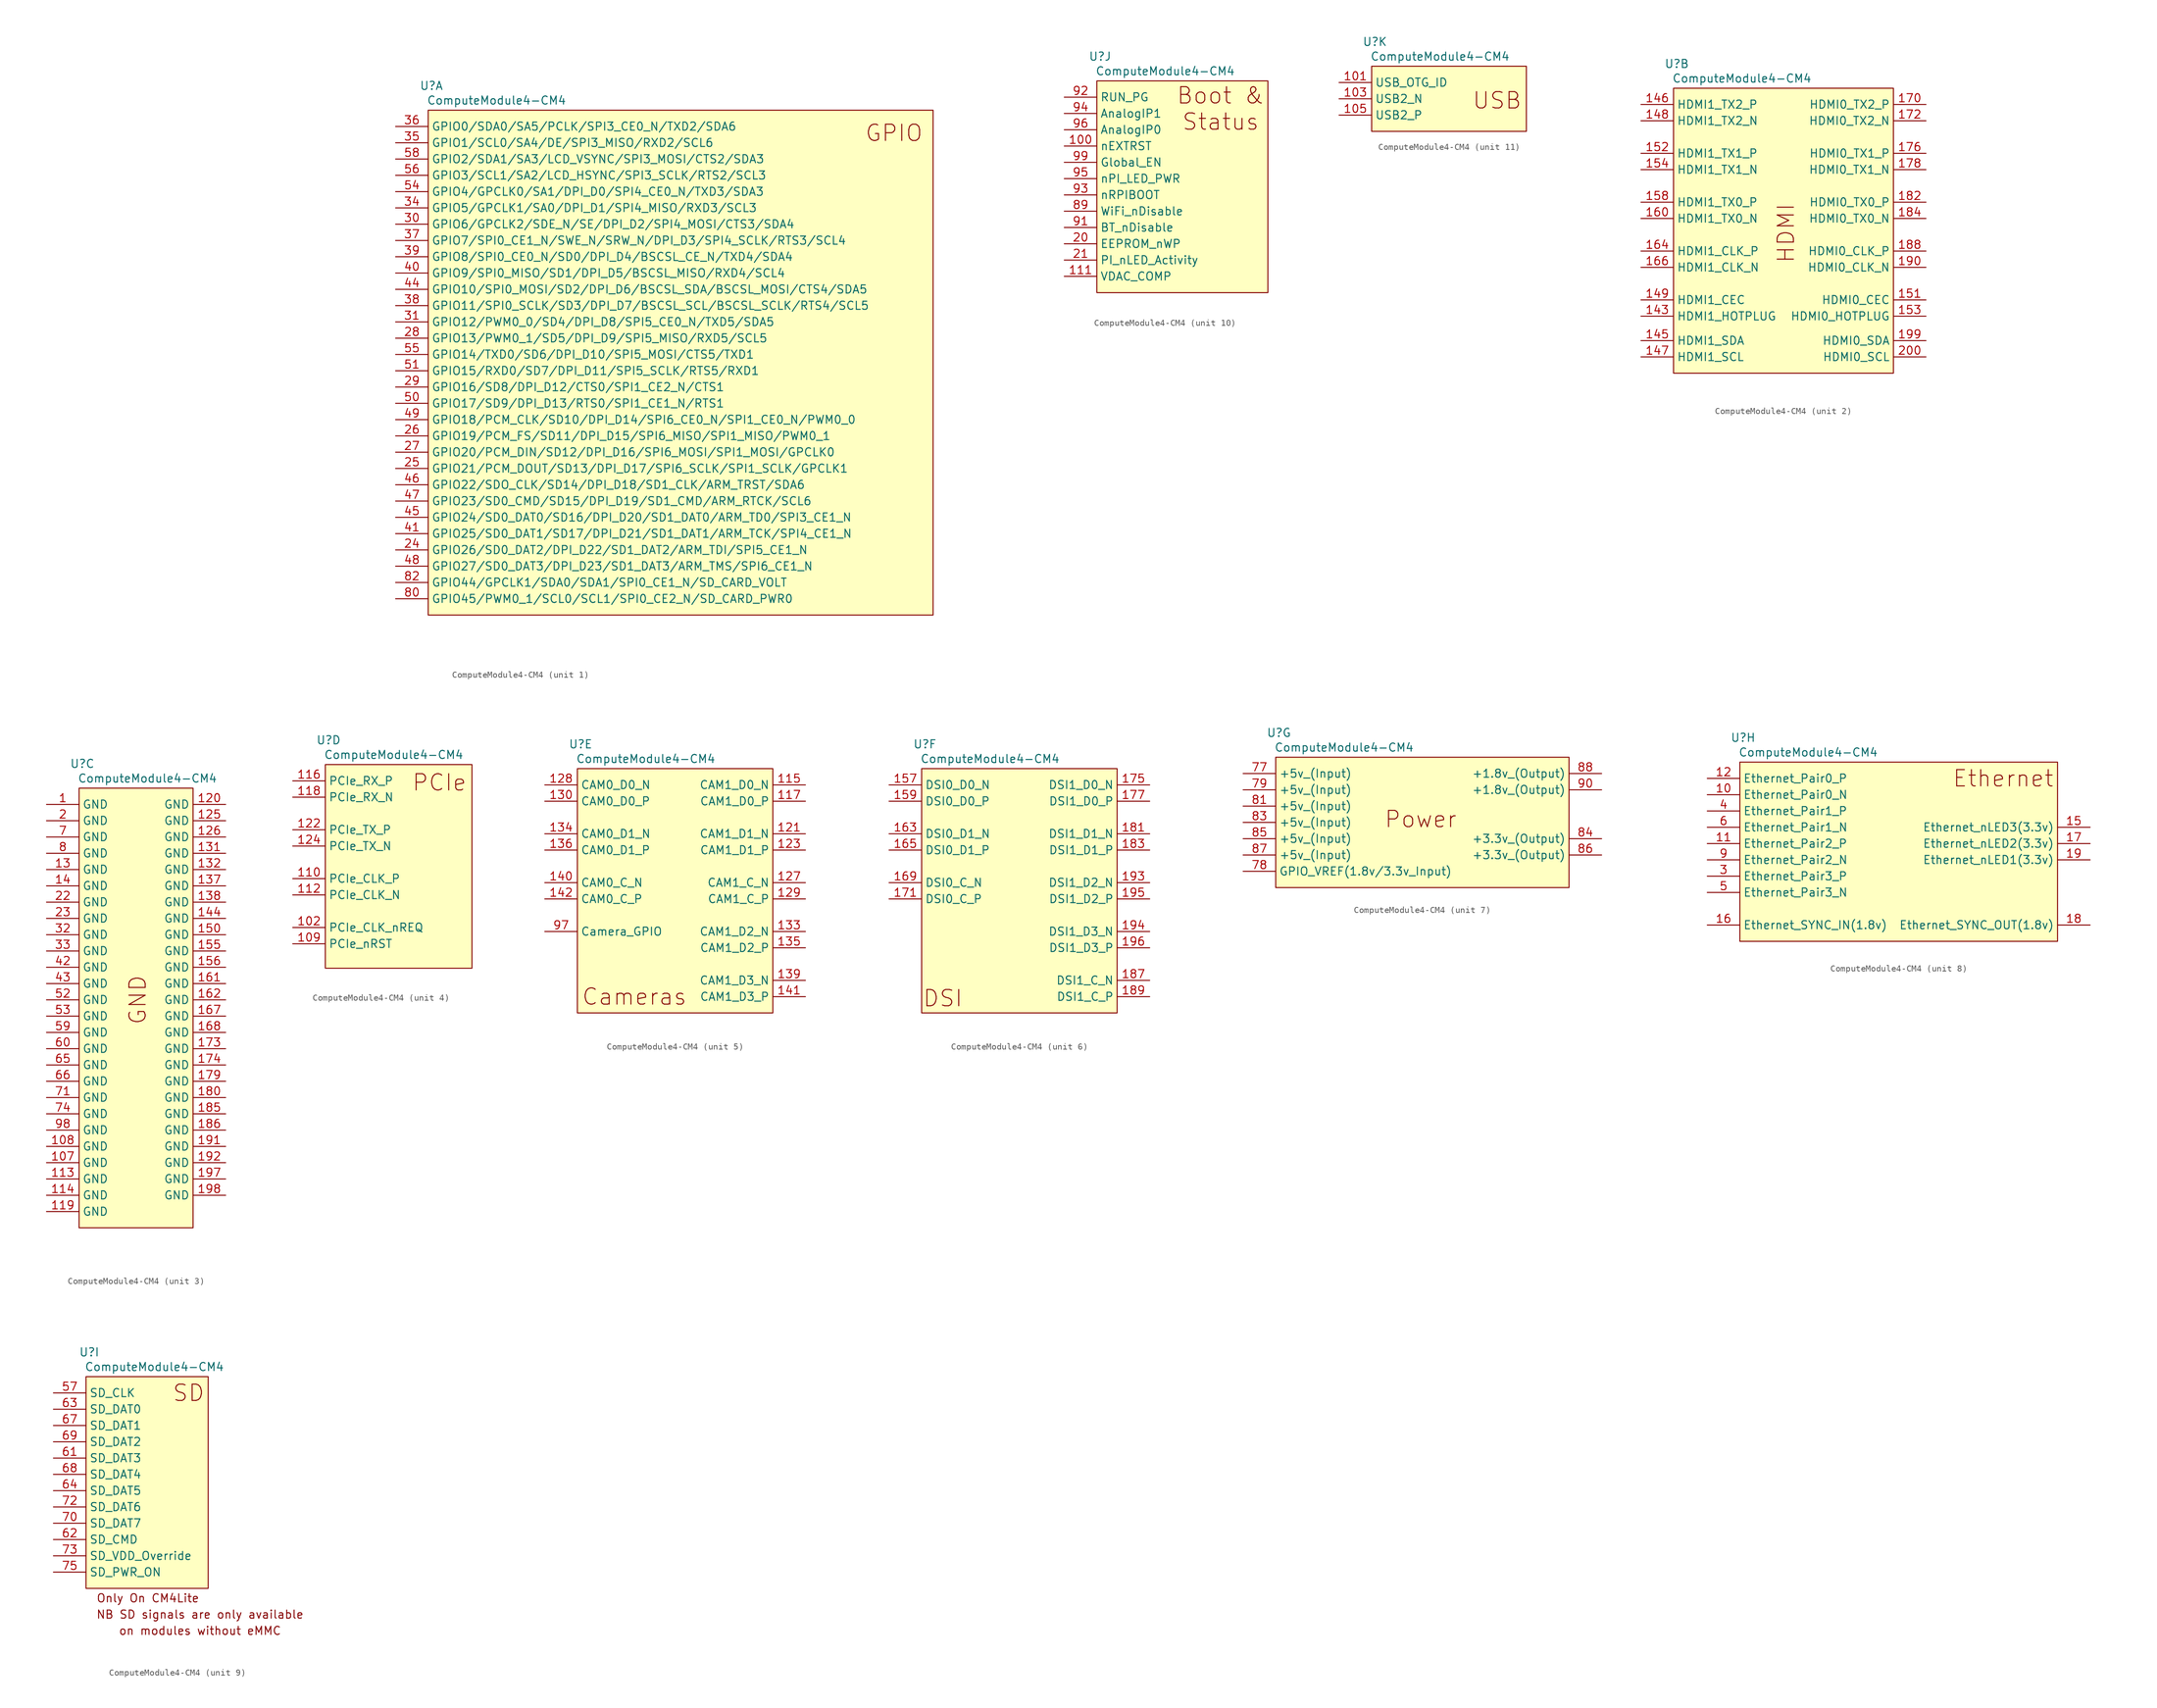
<source format=kicad_sym>
(kicad_symbol_lib
  (version 20231120)
  (generator "kicad_symbol_editor")
  (generator_version "8.0")
  (symbol "ComputeModule4-CM4"
    (property "Reference" "U"
      (at 0.508 3.81 0)
      (effects (font (size 1.27 1.27))))
    (property "Value" "ComputeModule4-CM4"
      (at 10.668 1.524 0)
      (effects (font (size 1.27 1.27))))
    (property "ki_locked" ""
      (at 0 0 0)
      (effects (font (size 1.27 1.27))))
    (symbol "ComputeModule4-CM4_1_1"
      (rectangle (start 0 0) (end 78.74 -78.74) (stroke (width 0) (type default)) (fill (type background)))
      (text "GPIO" (at 72.644 -3.556 0) (effects (font (size 2.54 2.54))))
      (pin passive line (at -49.53 -7.62 0) (length 5.08) hide (name "Reserved" (effects (font (size 1.27 1.27)))) (number "104" (effects (font (size 1.27 1.27)))))
      (pin passive line (at -49.53 -10.16 0) (length 5.08) hide (name "Reserved" (effects (font (size 1.27 1.27)))) (number "106" (effects (font (size 1.27 1.27)))))
      (pin passive line (at -5.08 -68.58 0) (length 5.08) (name "GPIO26/SD0_DAT2/DPI_D22/SD1_DAT2/ARM_TDI/SPI5_CE1_N" (effects (font (size 1.27 1.27)))) (number "24" (effects (font (size 1.27 1.27)))))
      (pin passive line (at -5.08 -55.88 0) (length 5.08) (name "GPIO21/PCM_DOUT/SD13/DPI_D17/SPI6_SCLK/SPI1_SCLK/GPCLK1" (effects (font (size 1.27 1.27)))) (number "25" (effects (font (size 1.27 1.27)))))
      (pin passive line (at -5.08 -50.8 0) (length 5.08) (name "GPIO19/PCM_FS/SD11/DPI_D15/SPI6_MISO/SPI1_MISO/PWM0_1" (effects (font (size 1.27 1.27)))) (number "26" (effects (font (size 1.27 1.27)))))
      (pin passive line (at -5.08 -53.34 0) (length 5.08) (name "GPIO20/PCM_DIN/SD12/DPI_D16/SPI6_MOSI/SPI1_MOSI/GPCLK0" (effects (font (size 1.27 1.27)))) (number "27" (effects (font (size 1.27 1.27)))))
      (pin passive line (at -5.08 -35.56 0) (length 5.08) (name "GPIO13/PWM0_1/SD5/DPI_D9/SPI5_MISO/RXD5/SCL5" (effects (font (size 1.27 1.27)))) (number "28" (effects (font (size 1.27 1.27)))))
      (pin passive line (at -5.08 -43.18 0) (length 5.08) (name "GPIO16/SD8/DPI_D12/CTS0/SPI1_CE2_N/CTS1" (effects (font (size 1.27 1.27)))) (number "29" (effects (font (size 1.27 1.27)))))
      (pin passive line (at -5.08 -17.78 0) (length 5.08) (name "GPIO6/GPCLK2/SDE_N/SE/DPI_D2/SPI4_MOSI/CTS3/SDA4" (effects (font (size 1.27 1.27)))) (number "30" (effects (font (size 1.27 1.27)))))
      (pin passive line (at -5.08 -33.02 0) (length 5.08) (name "GPIO12/PWM0_0/SD4/DPI_D8/SPI5_CE0_N/TXD5/SDA5" (effects (font (size 1.27 1.27)))) (number "31" (effects (font (size 1.27 1.27)))))
      (pin passive line (at -5.08 -15.24 0) (length 5.08) (name "GPIO5/GPCLK1/SA0/DPI_D1/SPI4_MISO/RXD3/SCL3" (effects (font (size 1.27 1.27)))) (number "34" (effects (font (size 1.27 1.27)))))
      (pin passive line (at -5.08 -5.08 0) (length 5.08) (name "GPIO1/SCL0/SA4/DE/SPI3_MISO/RXD2/SCL6" (effects (font (size 1.27 1.27)))) (number "35" (effects (font (size 1.27 1.27)))))
      (pin passive line (at -5.08 -2.54 0) (length 5.08) (name "GPIO0/SDA0/SA5/PCLK/SPI3_CE0_N/TXD2/SDA6" (effects (font (size 1.27 1.27)))) (number "36" (effects (font (size 1.27 1.27)))))
      (pin passive line (at -5.08 -20.32 0) (length 5.08) (name "GPIO7/SPI0_CE1_N/SWE_N/SRW_N/DPI_D3/SPI4_SCLK/RTS3/SCL4" (effects (font (size 1.27 1.27)))) (number "37" (effects (font (size 1.27 1.27)))))
      (pin passive line (at -5.08 -30.48 0) (length 5.08) (name "GPIO11/SPI0_SCLK/SD3/DPI_D7/BSCSL_SCL/BSCSL_SCLK/RTS4/SCL5" (effects (font (size 1.27 1.27)))) (number "38" (effects (font (size 1.27 1.27)))))
      (pin passive line (at -5.08 -22.86 0) (length 5.08) (name "GPIO8/SPI0_CE0_N/SD0/DPI_D4/BSCSL_CE_N/TXD4/SDA4" (effects (font (size 1.27 1.27)))) (number "39" (effects (font (size 1.27 1.27)))))
      (pin passive line (at -5.08 -25.4 0) (length 5.08) (name "GPIO9/SPI0_MISO/SD1/DPI_D5/BSCSL_MISO/RXD4/SCL4" (effects (font (size 1.27 1.27)))) (number "40" (effects (font (size 1.27 1.27)))))
      (pin passive line (at -5.08 -66.04 0) (length 5.08) (name "GPIO25/SD0_DAT1/SD17/DPI_D21/SD1_DAT1/ARM_TCK/SPI4_CE1_N" (effects (font (size 1.27 1.27)))) (number "41" (effects (font (size 1.27 1.27)))))
      (pin passive line (at -5.08 -27.94 0) (length 5.08) (name "GPIO10/SPI0_MOSI/SD2/DPI_D6/BSCSL_SDA/BSCSL_MOSI/CTS4/SDA5" (effects (font (size 1.27 1.27)))) (number "44" (effects (font (size 1.27 1.27)))))
      (pin passive line (at -5.08 -63.5 0) (length 5.08) (name "GPIO24/SD0_DAT0/SD16/DPI_D20/SD1_DAT0/ARM_TD0/SPI3_CE1_N" (effects (font (size 1.27 1.27)))) (number "45" (effects (font (size 1.27 1.27)))))
      (pin passive line (at -5.08 -58.42 0) (length 5.08) (name "GPIO22/SDO_CLK/SD14/DPI_D18/SD1_CLK/ARM_TRST/SDA6" (effects (font (size 1.27 1.27)))) (number "46" (effects (font (size 1.27 1.27)))))
      (pin passive line (at -5.08 -60.96 0) (length 5.08) (name "GPIO23/SD0_CMD/SD15/DPI_D19/SD1_CMD/ARM_RTCK/SCL6" (effects (font (size 1.27 1.27)))) (number "47" (effects (font (size 1.27 1.27)))))
      (pin passive line (at -5.08 -71.12 0) (length 5.08) (name "GPIO27/SD0_DAT3/DPI_D23/SD1_DAT3/ARM_TMS/SPI6_CE1_N" (effects (font (size 1.27 1.27)))) (number "48" (effects (font (size 1.27 1.27)))))
      (pin passive line (at -5.08 -48.26 0) (length 5.08) (name "GPIO18/PCM_CLK/SD10/DPI_D14/SPI6_CE0_N/SPI1_CE0_N/PWM0_0" (effects (font (size 1.27 1.27)))) (number "49" (effects (font (size 1.27 1.27)))))
      (pin passive line (at -5.08 -45.72 0) (length 5.08) (name "GPIO17/SD9/DPI_D13/RTS0/SPI1_CE1_N/RTS1" (effects (font (size 1.27 1.27)))) (number "50" (effects (font (size 1.27 1.27)))))
      (pin passive line (at -5.08 -40.64 0) (length 5.08) (name "GPIO15/RXD0/SD7/DPI_D11/SPI5_SCLK/RTS5/RXD1" (effects (font (size 1.27 1.27)))) (number "51" (effects (font (size 1.27 1.27)))))
      (pin passive line (at -5.08 -12.7 0) (length 5.08) (name "GPIO4/GPCLK0/SA1/DPI_D0/SPI4_CE0_N/TXD3/SDA3" (effects (font (size 1.27 1.27)))) (number "54" (effects (font (size 1.27 1.27)))))
      (pin passive line (at -5.08 -38.1 0) (length 5.08) (name "GPIO14/TXD0/SD6/DPI_D10/SPI5_MOSI/CTS5/TXD1" (effects (font (size 1.27 1.27)))) (number "55" (effects (font (size 1.27 1.27)))))
      (pin passive line (at -5.08 -10.16 0) (length 5.08) (name "GPIO3/SCL1/SA2/LCD_HSYNC/SPI3_SCLK/RTS2/SCL3" (effects (font (size 1.27 1.27)))) (number "56" (effects (font (size 1.27 1.27)))))
      (pin passive line (at -5.08 -7.62 0) (length 5.08) (name "GPIO2/SDA1/SA3/LCD_VSYNC/SPI3_MOSI/CTS2/SDA3" (effects (font (size 1.27 1.27)))) (number "58" (effects (font (size 1.27 1.27)))))
      (pin passive line (at -49.53 -5.08 0) (length 5.08) hide (name "Reserved" (effects (font (size 1.27 1.27)))) (number "76" (effects (font (size 1.27 1.27)))))
      (pin passive line (at -5.08 -76.2 0) (length 5.08) (name "GPIO45/PWM0_1/SCL0/SCL1/SPI0_CE2_N/SD_CARD_PWR0" (effects (font (size 1.27 1.27)))) (number "80" (effects (font (size 1.27 1.27)))))
      (pin passive line (at -5.08 -73.66 0) (length 5.08) (name "GPIO44/GPCLK1/SDA0/SDA1/SPI0_CE1_N/SD_CARD_VOLT" (effects (font (size 1.27 1.27)))) (number "82" (effects (font (size 1.27 1.27))))))
    (symbol "ComputeModule4-CM4_2_1"
      (rectangle (start 0 0) (end 34.29 -44.45) (stroke (width 0) (type default)) (fill (type background)))
      (text "HDMI" (at 17.526 -22.606 900) (effects (font (size 2.54 2.54))))
      (pin input line (at -5.08 -35.56 0) (length 5.08) (name "HDMI1_HOTPLUG" (effects (font (size 1.27 1.27)))) (number "143" (effects (font (size 1.27 1.27)))))
      (pin bidirectional line (at -5.08 -39.37 0) (length 5.08) (name "HDMI1_SDA" (effects (font (size 1.27 1.27)))) (number "145" (effects (font (size 1.27 1.27)))))
      (pin output line (at -5.08 -2.54 0) (length 5.08) (name "HDMI1_TX2_P" (effects (font (size 1.27 1.27)))) (number "146" (effects (font (size 1.27 1.27)))))
      (pin open_collector line (at -5.08 -41.91 0) (length 5.08) (name "HDMI1_SCL" (effects (font (size 1.27 1.27)))) (number "147" (effects (font (size 1.27 1.27)))))
      (pin output line (at -5.08 -5.08 0) (length 5.08) (name "HDMI1_TX2_N" (effects (font (size 1.27 1.27)))) (number "148" (effects (font (size 1.27 1.27)))))
      (pin open_collector line (at -5.08 -33.02 0) (length 5.08) (name "HDMI1_CEC" (effects (font (size 1.27 1.27)))) (number "149" (effects (font (size 1.27 1.27)))))
      (pin open_collector line (at 39.37 -33.02 180) (length 5.08) (name "HDMI0_CEC" (effects (font (size 1.27 1.27)))) (number "151" (effects (font (size 1.27 1.27)))))
      (pin output line (at -5.08 -10.16 0) (length 5.08) (name "HDMI1_TX1_P" (effects (font (size 1.27 1.27)))) (number "152" (effects (font (size 1.27 1.27)))))
      (pin input line (at 39.37 -35.56 180) (length 5.08) (name "HDMI0_HOTPLUG" (effects (font (size 1.27 1.27)))) (number "153" (effects (font (size 1.27 1.27)))))
      (pin output line (at -5.08 -12.7 0) (length 5.08) (name "HDMI1_TX1_N" (effects (font (size 1.27 1.27)))) (number "154" (effects (font (size 1.27 1.27)))))
      (pin output line (at -5.08 -17.78 0) (length 5.08) (name "HDMI1_TX0_P" (effects (font (size 1.27 1.27)))) (number "158" (effects (font (size 1.27 1.27)))))
      (pin output line (at -5.08 -20.32 0) (length 5.08) (name "HDMI1_TX0_N" (effects (font (size 1.27 1.27)))) (number "160" (effects (font (size 1.27 1.27)))))
      (pin output line (at -5.08 -25.4 0) (length 5.08) (name "HDMI1_CLK_P" (effects (font (size 1.27 1.27)))) (number "164" (effects (font (size 1.27 1.27)))))
      (pin output line (at -5.08 -27.94 0) (length 5.08) (name "HDMI1_CLK_N" (effects (font (size 1.27 1.27)))) (number "166" (effects (font (size 1.27 1.27)))))
      (pin output line (at 39.37 -2.54 180) (length 5.08) (name "HDMI0_TX2_P" (effects (font (size 1.27 1.27)))) (number "170" (effects (font (size 1.27 1.27)))))
      (pin output line (at 39.37 -5.08 180) (length 5.08) (name "HDMI0_TX2_N" (effects (font (size 1.27 1.27)))) (number "172" (effects (font (size 1.27 1.27)))))
      (pin output line (at 39.37 -10.16 180) (length 5.08) (name "HDMI0_TX1_P" (effects (font (size 1.27 1.27)))) (number "176" (effects (font (size 1.27 1.27)))))
      (pin output line (at 39.37 -12.7 180) (length 5.08) (name "HDMI0_TX1_N" (effects (font (size 1.27 1.27)))) (number "178" (effects (font (size 1.27 1.27)))))
      (pin output line (at 39.37 -17.78 180) (length 5.08) (name "HDMI0_TX0_P" (effects (font (size 1.27 1.27)))) (number "182" (effects (font (size 1.27 1.27)))))
      (pin output line (at 39.37 -20.32 180) (length 5.08) (name "HDMI0_TX0_N" (effects (font (size 1.27 1.27)))) (number "184" (effects (font (size 1.27 1.27)))))
      (pin output line (at 39.37 -25.4 180) (length 5.08) (name "HDMI0_CLK_P" (effects (font (size 1.27 1.27)))) (number "188" (effects (font (size 1.27 1.27)))))
      (pin output line (at 39.37 -27.94 180) (length 5.08) (name "HDMI0_CLK_N" (effects (font (size 1.27 1.27)))) (number "190" (effects (font (size 1.27 1.27)))))
      (pin bidirectional line (at 39.37 -39.37 180) (length 5.08) (name "HDMI0_SDA" (effects (font (size 1.27 1.27)))) (number "199" (effects (font (size 1.27 1.27)))))
      (pin open_collector line (at 39.37 -41.91 180) (length 5.08) (name "HDMI0_SCL" (effects (font (size 1.27 1.27)))) (number "200" (effects (font (size 1.27 1.27))))))
    (symbol "ComputeModule4-CM4_3_1"
      (rectangle (start 0 0) (end 17.78 -68.58) (stroke (width 0) (type default)) (fill (type background)))
      (text "GND" (at 9.144 -33.02 900) (effects (font (size 2.54 2.54))))
      (pin power_in line (at -5.08 -2.54 0) (length 5.08) (name "GND" (effects (font (size 1.27 1.27)))) (number "1" (effects (font (size 1.27 1.27)))))
      (pin power_in line (at -5.08 -58.42 0) (length 5.08) (name "GND" (effects (font (size 1.27 1.27)))) (number "107" (effects (font (size 1.27 1.27)))))
      (pin power_in line (at -5.08 -55.88 0) (length 5.08) (name "GND" (effects (font (size 1.27 1.27)))) (number "108" (effects (font (size 1.27 1.27)))))
      (pin power_in line (at -5.08 -60.96 0) (length 5.08) (name "GND" (effects (font (size 1.27 1.27)))) (number "113" (effects (font (size 1.27 1.27)))))
      (pin power_in line (at -5.08 -63.5 0) (length 5.08) (name "GND" (effects (font (size 1.27 1.27)))) (number "114" (effects (font (size 1.27 1.27)))))
      (pin power_in line (at -5.08 -66.04 0) (length 5.08) (name "GND" (effects (font (size 1.27 1.27)))) (number "119" (effects (font (size 1.27 1.27)))))
      (pin power_in line (at 22.86 -2.54 180) (length 5.08) (name "GND" (effects (font (size 1.27 1.27)))) (number "120" (effects (font (size 1.27 1.27)))))
      (pin power_in line (at 22.86 -5.08 180) (length 5.08) (name "GND" (effects (font (size 1.27 1.27)))) (number "125" (effects (font (size 1.27 1.27)))))
      (pin power_in line (at 22.86 -7.62 180) (length 5.08) (name "GND" (effects (font (size 1.27 1.27)))) (number "126" (effects (font (size 1.27 1.27)))))
      (pin power_in line (at -5.08 -12.7 0) (length 5.08) (name "GND" (effects (font (size 1.27 1.27)))) (number "13" (effects (font (size 1.27 1.27)))))
      (pin power_in line (at 22.86 -10.16 180) (length 5.08) (name "GND" (effects (font (size 1.27 1.27)))) (number "131" (effects (font (size 1.27 1.27)))))
      (pin power_in line (at 22.86 -12.7 180) (length 5.08) (name "GND" (effects (font (size 1.27 1.27)))) (number "132" (effects (font (size 1.27 1.27)))))
      (pin power_in line (at 22.86 -15.24 180) (length 5.08) (name "GND" (effects (font (size 1.27 1.27)))) (number "137" (effects (font (size 1.27 1.27)))))
      (pin power_in line (at 22.86 -17.78 180) (length 5.08) (name "GND" (effects (font (size 1.27 1.27)))) (number "138" (effects (font (size 1.27 1.27)))))
      (pin power_in line (at -5.08 -15.24 0) (length 5.08) (name "GND" (effects (font (size 1.27 1.27)))) (number "14" (effects (font (size 1.27 1.27)))))
      (pin power_in line (at 22.86 -20.32 180) (length 5.08) (name "GND" (effects (font (size 1.27 1.27)))) (number "144" (effects (font (size 1.27 1.27)))))
      (pin power_in line (at 22.86 -22.86 180) (length 5.08) (name "GND" (effects (font (size 1.27 1.27)))) (number "150" (effects (font (size 1.27 1.27)))))
      (pin power_in line (at 22.86 -25.4 180) (length 5.08) (name "GND" (effects (font (size 1.27 1.27)))) (number "155" (effects (font (size 1.27 1.27)))))
      (pin power_in line (at 22.86 -27.94 180) (length 5.08) (name "GND" (effects (font (size 1.27 1.27)))) (number "156" (effects (font (size 1.27 1.27)))))
      (pin power_in line (at 22.86 -30.48 180) (length 5.08) (name "GND" (effects (font (size 1.27 1.27)))) (number "161" (effects (font (size 1.27 1.27)))))
      (pin power_in line (at 22.86 -33.02 180) (length 5.08) (name "GND" (effects (font (size 1.27 1.27)))) (number "162" (effects (font (size 1.27 1.27)))))
      (pin power_in line (at 22.86 -35.56 180) (length 5.08) (name "GND" (effects (font (size 1.27 1.27)))) (number "167" (effects (font (size 1.27 1.27)))))
      (pin power_in line (at 22.86 -38.1 180) (length 5.08) (name "GND" (effects (font (size 1.27 1.27)))) (number "168" (effects (font (size 1.27 1.27)))))
      (pin power_in line (at 22.86 -40.64 180) (length 5.08) (name "GND" (effects (font (size 1.27 1.27)))) (number "173" (effects (font (size 1.27 1.27)))))
      (pin power_in line (at 22.86 -43.18 180) (length 5.08) (name "GND" (effects (font (size 1.27 1.27)))) (number "174" (effects (font (size 1.27 1.27)))))
      (pin power_in line (at 22.86 -45.72 180) (length 5.08) (name "GND" (effects (font (size 1.27 1.27)))) (number "179" (effects (font (size 1.27 1.27)))))
      (pin power_in line (at 22.86 -48.26 180) (length 5.08) (name "GND" (effects (font (size 1.27 1.27)))) (number "180" (effects (font (size 1.27 1.27)))))
      (pin power_in line (at 22.86 -50.8 180) (length 5.08) (name "GND" (effects (font (size 1.27 1.27)))) (number "185" (effects (font (size 1.27 1.27)))))
      (pin power_in line (at 22.86 -53.34 180) (length 5.08) (name "GND" (effects (font (size 1.27 1.27)))) (number "186" (effects (font (size 1.27 1.27)))))
      (pin power_in line (at 22.86 -55.88 180) (length 5.08) (name "GND" (effects (font (size 1.27 1.27)))) (number "191" (effects (font (size 1.27 1.27)))))
      (pin power_in line (at 22.86 -58.42 180) (length 5.08) (name "GND" (effects (font (size 1.27 1.27)))) (number "192" (effects (font (size 1.27 1.27)))))
      (pin power_in line (at 22.86 -60.96 180) (length 5.08) (name "GND" (effects (font (size 1.27 1.27)))) (number "197" (effects (font (size 1.27 1.27)))))
      (pin power_in line (at 22.86 -63.5 180) (length 5.08) (name "GND" (effects (font (size 1.27 1.27)))) (number "198" (effects (font (size 1.27 1.27)))))
      (pin power_in line (at -5.08 -5.08 0) (length 5.08) (name "GND" (effects (font (size 1.27 1.27)))) (number "2" (effects (font (size 1.27 1.27)))))
      (pin power_in line (at -5.08 -17.78 0) (length 5.08) (name "GND" (effects (font (size 1.27 1.27)))) (number "22" (effects (font (size 1.27 1.27)))))
      (pin power_in line (at -5.08 -20.32 0) (length 5.08) (name "GND" (effects (font (size 1.27 1.27)))) (number "23" (effects (font (size 1.27 1.27)))))
      (pin power_in line (at -5.08 -22.86 0) (length 5.08) (name "GND" (effects (font (size 1.27 1.27)))) (number "32" (effects (font (size 1.27 1.27)))))
      (pin power_in line (at -5.08 -25.4 0) (length 5.08) (name "GND" (effects (font (size 1.27 1.27)))) (number "33" (effects (font (size 1.27 1.27)))))
      (pin power_in line (at -5.08 -27.94 0) (length 5.08) (name "GND" (effects (font (size 1.27 1.27)))) (number "42" (effects (font (size 1.27 1.27)))))
      (pin power_in line (at -5.08 -30.48 0) (length 5.08) (name "GND" (effects (font (size 1.27 1.27)))) (number "43" (effects (font (size 1.27 1.27)))))
      (pin power_in line (at -5.08 -33.02 0) (length 5.08) (name "GND" (effects (font (size 1.27 1.27)))) (number "52" (effects (font (size 1.27 1.27)))))
      (pin power_in line (at -5.08 -35.56 0) (length 5.08) (name "GND" (effects (font (size 1.27 1.27)))) (number "53" (effects (font (size 1.27 1.27)))))
      (pin power_in line (at -5.08 -38.1 0) (length 5.08) (name "GND" (effects (font (size 1.27 1.27)))) (number "59" (effects (font (size 1.27 1.27)))))
      (pin power_in line (at -5.08 -40.64 0) (length 5.08) (name "GND" (effects (font (size 1.27 1.27)))) (number "60" (effects (font (size 1.27 1.27)))))
      (pin power_in line (at -5.08 -43.18 0) (length 5.08) (name "GND" (effects (font (size 1.27 1.27)))) (number "65" (effects (font (size 1.27 1.27)))))
      (pin power_in line (at -5.08 -45.72 0) (length 5.08) (name "GND" (effects (font (size 1.27 1.27)))) (number "66" (effects (font (size 1.27 1.27)))))
      (pin power_in line (at -5.08 -7.62 0) (length 5.08) (name "GND" (effects (font (size 1.27 1.27)))) (number "7" (effects (font (size 1.27 1.27)))))
      (pin power_in line (at -5.08 -48.26 0) (length 5.08) (name "GND" (effects (font (size 1.27 1.27)))) (number "71" (effects (font (size 1.27 1.27)))))
      (pin power_in line (at -5.08 -50.8 0) (length 5.08) (name "GND" (effects (font (size 1.27 1.27)))) (number "74" (effects (font (size 1.27 1.27)))))
      (pin power_in line (at -5.08 -10.16 0) (length 5.08) (name "GND" (effects (font (size 1.27 1.27)))) (number "8" (effects (font (size 1.27 1.27)))))
      (pin power_in line (at -5.08 -53.34 0) (length 5.08) (name "GND" (effects (font (size 1.27 1.27)))) (number "98" (effects (font (size 1.27 1.27))))))
    (symbol "ComputeModule4-CM4_4_1"
      (rectangle (start 0 0) (end 22.86 -31.75) (stroke (width 0) (type default)) (fill (type background)))
      (text "PCIe" (at 17.78 -2.794 0) (effects (font (size 2.54 2.54))))
      (pin input line (at -5.08 -25.4 0) (length 5.08) (name "PCIe_CLK_nREQ" (effects (font (size 1.27 1.27)))) (number "102" (effects (font (size 1.27 1.27)))))
      (pin bidirectional line (at -5.08 -27.94 0) (length 5.08) (name "PCIe_nRST" (effects (font (size 1.27 1.27)))) (number "109" (effects (font (size 1.27 1.27)))))
      (pin output line (at -5.08 -17.78 0) (length 5.08) (name "PCIe_CLK_P" (effects (font (size 1.27 1.27)))) (number "110" (effects (font (size 1.27 1.27)))))
      (pin output line (at -5.08 -20.32 0) (length 5.08) (name "PCIe_CLK_N" (effects (font (size 1.27 1.27)))) (number "112" (effects (font (size 1.27 1.27)))))
      (pin input line (at -5.08 -2.54 0) (length 5.08) (name "PCIe_RX_P" (effects (font (size 1.27 1.27)))) (number "116" (effects (font (size 1.27 1.27)))))
      (pin input line (at -5.08 -5.08 0) (length 5.08) (name "PCIe_RX_N" (effects (font (size 1.27 1.27)))) (number "118" (effects (font (size 1.27 1.27)))))
      (pin output line (at -5.08 -10.16 0) (length 5.08) (name "PCIe_TX_P" (effects (font (size 1.27 1.27)))) (number "122" (effects (font (size 1.27 1.27)))))
      (pin output line (at -5.08 -12.7 0) (length 5.08) (name "PCIe_TX_N" (effects (font (size 1.27 1.27)))) (number "124" (effects (font (size 1.27 1.27))))))
    (symbol "ComputeModule4-CM4_5_1"
      (rectangle (start 0 0) (end 30.48 -38.1) (stroke (width 0) (type default)) (fill (type background)))
      (text "Cameras" (at 8.89 -35.56 0) (effects (font (size 2.54 2.54))))
      (pin input line (at 35.56 -2.54 180) (length 5.08) (name "CAM1_D0_N" (effects (font (size 1.27 1.27)))) (number "115" (effects (font (size 1.27 1.27)))))
      (pin input line (at 35.56 -5.08 180) (length 5.08) (name "CAM1_D0_P" (effects (font (size 1.27 1.27)))) (number "117" (effects (font (size 1.27 1.27)))))
      (pin input line (at 35.56 -10.16 180) (length 5.08) (name "CAM1_D1_N" (effects (font (size 1.27 1.27)))) (number "121" (effects (font (size 1.27 1.27)))))
      (pin input line (at 35.56 -12.7 180) (length 5.08) (name "CAM1_D1_P" (effects (font (size 1.27 1.27)))) (number "123" (effects (font (size 1.27 1.27)))))
      (pin input line (at 35.56 -17.78 180) (length 5.08) (name "CAM1_C_N" (effects (font (size 1.27 1.27)))) (number "127" (effects (font (size 1.27 1.27)))))
      (pin input line (at -5.08 -2.54 0) (length 5.08) (name "CAM0_D0_N" (effects (font (size 1.27 1.27)))) (number "128" (effects (font (size 1.27 1.27)))))
      (pin input line (at 35.56 -20.32 180) (length 5.08) (name "CAM1_C_P" (effects (font (size 1.27 1.27)))) (number "129" (effects (font (size 1.27 1.27)))))
      (pin input line (at -5.08 -5.08 0) (length 5.08) (name "CAM0_D0_P" (effects (font (size 1.27 1.27)))) (number "130" (effects (font (size 1.27 1.27)))))
      (pin input line (at 35.56 -25.4 180) (length 5.08) (name "CAM1_D2_N" (effects (font (size 1.27 1.27)))) (number "133" (effects (font (size 1.27 1.27)))))
      (pin input line (at -5.08 -10.16 0) (length 5.08) (name "CAM0_D1_N" (effects (font (size 1.27 1.27)))) (number "134" (effects (font (size 1.27 1.27)))))
      (pin input line (at 35.56 -27.94 180) (length 5.08) (name "CAM1_D2_P" (effects (font (size 1.27 1.27)))) (number "135" (effects (font (size 1.27 1.27)))))
      (pin input line (at -5.08 -12.7 0) (length 5.08) (name "CAM0_D1_P" (effects (font (size 1.27 1.27)))) (number "136" (effects (font (size 1.27 1.27)))))
      (pin input line (at 35.56 -33.02 180) (length 5.08) (name "CAM1_D3_N" (effects (font (size 1.27 1.27)))) (number "139" (effects (font (size 1.27 1.27)))))
      (pin input line (at -5.08 -17.78 0) (length 5.08) (name "CAM0_C_N" (effects (font (size 1.27 1.27)))) (number "140" (effects (font (size 1.27 1.27)))))
      (pin input line (at 35.56 -35.56 180) (length 5.08) (name "CAM1_D3_P" (effects (font (size 1.27 1.27)))) (number "141" (effects (font (size 1.27 1.27)))))
      (pin input line (at -5.08 -20.32 0) (length 5.08) (name "CAM0_C_P" (effects (font (size 1.27 1.27)))) (number "142" (effects (font (size 1.27 1.27)))))
      (pin passive line (at -5.08 -25.4 0) (length 5.08) (name "Camera_GPIO" (effects (font (size 1.27 1.27)))) (number "97" (effects (font (size 1.27 1.27))))))
    (symbol "ComputeModule4-CM4_6_1"
      (rectangle (start 0 0) (end 30.48 -38.1) (stroke (width 0) (type default)) (fill (type background)))
      (text "DSI" (at 3.302 -35.814 0) (effects (font (size 2.54 2.54))))
      (pin output line (at -5.08 -2.54 0) (length 5.08) (name "DSI0_D0_N" (effects (font (size 1.27 1.27)))) (number "157" (effects (font (size 1.27 1.27)))))
      (pin output line (at -5.08 -5.08 0) (length 5.08) (name "DSI0_D0_P" (effects (font (size 1.27 1.27)))) (number "159" (effects (font (size 1.27 1.27)))))
      (pin output line (at -5.08 -10.16 0) (length 5.08) (name "DSI0_D1_N" (effects (font (size 1.27 1.27)))) (number "163" (effects (font (size 1.27 1.27)))))
      (pin output line (at -5.08 -12.7 0) (length 5.08) (name "DSI0_D1_P" (effects (font (size 1.27 1.27)))) (number "165" (effects (font (size 1.27 1.27)))))
      (pin output line (at -5.08 -17.78 0) (length 5.08) (name "DSI0_C_N" (effects (font (size 1.27 1.27)))) (number "169" (effects (font (size 1.27 1.27)))))
      (pin output line (at -5.08 -20.32 0) (length 5.08) (name "DSI0_C_P" (effects (font (size 1.27 1.27)))) (number "171" (effects (font (size 1.27 1.27)))))
      (pin output line (at 35.56 -2.54 180) (length 5.08) (name "DSI1_D0_N" (effects (font (size 1.27 1.27)))) (number "175" (effects (font (size 1.27 1.27)))))
      (pin output line (at 35.56 -5.08 180) (length 5.08) (name "DSI1_D0_P" (effects (font (size 1.27 1.27)))) (number "177" (effects (font (size 1.27 1.27)))))
      (pin output line (at 35.56 -10.16 180) (length 5.08) (name "DSI1_D1_N" (effects (font (size 1.27 1.27)))) (number "181" (effects (font (size 1.27 1.27)))))
      (pin output line (at 35.56 -12.7 180) (length 5.08) (name "DSI1_D1_P" (effects (font (size 1.27 1.27)))) (number "183" (effects (font (size 1.27 1.27)))))
      (pin output line (at 35.56 -33.02 180) (length 5.08) (name "DSI1_C_N" (effects (font (size 1.27 1.27)))) (number "187" (effects (font (size 1.27 1.27)))))
      (pin output line (at 35.56 -35.56 180) (length 5.08) (name "DSI1_C_P" (effects (font (size 1.27 1.27)))) (number "189" (effects (font (size 1.27 1.27)))))
      (pin output line (at 35.56 -17.78 180) (length 5.08) (name "DSI1_D2_N" (effects (font (size 1.27 1.27)))) (number "193" (effects (font (size 1.27 1.27)))))
      (pin output line (at 35.56 -25.4 180) (length 5.08) (name "DSI1_D3_N" (effects (font (size 1.27 1.27)))) (number "194" (effects (font (size 1.27 1.27)))))
      (pin output line (at 35.56 -20.32 180) (length 5.08) (name "DSI1_D2_P" (effects (font (size 1.27 1.27)))) (number "195" (effects (font (size 1.27 1.27)))))
      (pin output line (at 35.56 -27.94 180) (length 5.08) (name "DSI1_D3_P" (effects (font (size 1.27 1.27)))) (number "196" (effects (font (size 1.27 1.27))))))
    (symbol "ComputeModule4-CM4_7_1"
      (rectangle (start 0 0) (end 45.72 -20.32) (stroke (width 0) (type default)) (fill (type background)))
      (text "Power" (at 22.606 -9.652 0) (effects (font (size 2.54 2.54))))
      (pin power_in line (at -5.08 -2.54 0) (length 5.08) (name "+5v_(Input)" (effects (font (size 1.27 1.27)))) (number "77" (effects (font (size 1.27 1.27)))))
      (pin power_in line (at -5.08 -17.78 0) (length 5.08) (name "GPIO_VREF(1.8v/3.3v_Input)" (effects (font (size 1.27 1.27)))) (number "78" (effects (font (size 1.27 1.27)))))
      (pin power_in line (at -5.08 -5.08 0) (length 5.08) (name "+5v_(Input)" (effects (font (size 1.27 1.27)))) (number "79" (effects (font (size 1.27 1.27)))))
      (pin power_in line (at -5.08 -7.62 0) (length 5.08) (name "+5v_(Input)" (effects (font (size 1.27 1.27)))) (number "81" (effects (font (size 1.27 1.27)))))
      (pin power_in line (at -5.08 -10.16 0) (length 5.08) (name "+5v_(Input)" (effects (font (size 1.27 1.27)))) (number "83" (effects (font (size 1.27 1.27)))))
      (pin power_out line (at 50.8 -12.7 180) (length 5.08) (name "+3.3v_(Output)" (effects (font (size 1.27 1.27)))) (number "84" (effects (font (size 1.27 1.27)))))
      (pin power_in line (at -5.08 -12.7 0) (length 5.08) (name "+5v_(Input)" (effects (font (size 1.27 1.27)))) (number "85" (effects (font (size 1.27 1.27)))))
      (pin power_out line (at 50.8 -15.24 180) (length 5.08) (name "+3.3v_(Output)" (effects (font (size 1.27 1.27)))) (number "86" (effects (font (size 1.27 1.27)))))
      (pin power_in line (at -5.08 -15.24 0) (length 5.08) (name "+5v_(Input)" (effects (font (size 1.27 1.27)))) (number "87" (effects (font (size 1.27 1.27)))))
      (pin power_out line (at 50.8 -2.54 180) (length 5.08) (name "+1.8v_(Output)" (effects (font (size 1.27 1.27)))) (number "88" (effects (font (size 1.27 1.27)))))
      (pin power_out line (at 50.8 -5.08 180) (length 5.08) (name "+1.8v_(Output)" (effects (font (size 1.27 1.27)))) (number "90" (effects (font (size 1.27 1.27))))))
    (symbol "ComputeModule4-CM4_8_1"
      (rectangle (start 0 0) (end 49.53 -27.94) (stroke (width 0) (type default)) (fill (type background)))
      (text "Ethernet" (at 49.022 -2.54 0) (effects (font (size 2.54 2.54)) (justify right)))
      (pin passive line (at -5.08 -5.08 0) (length 5.08) (name "Ethernet_Pair0_N" (effects (font (size 1.27 1.27)))) (number "10" (effects (font (size 1.27 1.27)))))
      (pin passive line (at -5.08 -12.7 0) (length 5.08) (name "Ethernet_Pair2_P" (effects (font (size 1.27 1.27)))) (number "11" (effects (font (size 1.27 1.27)))))
      (pin passive line (at -5.08 -2.54 0) (length 5.08) (name "Ethernet_Pair0_P" (effects (font (size 1.27 1.27)))) (number "12" (effects (font (size 1.27 1.27)))))
      (pin output line (at 54.61 -10.16 180) (length 5.08) (name "Ethernet_nLED3(3.3v)" (effects (font (size 1.27 1.27)))) (number "15" (effects (font (size 1.27 1.27)))))
      (pin input line (at -5.08 -25.4 0) (length 5.08) (name "Ethernet_SYNC_IN(1.8v)" (effects (font (size 1.27 1.27)))) (number "16" (effects (font (size 1.27 1.27)))))
      (pin output line (at 54.61 -12.7 180) (length 5.08) (name "Ethernet_nLED2(3.3v)" (effects (font (size 1.27 1.27)))) (number "17" (effects (font (size 1.27 1.27)))))
      (pin output line (at 54.61 -25.4 180) (length 5.08) (name "Ethernet_SYNC_OUT(1.8v)" (effects (font (size 1.27 1.27)))) (number "18" (effects (font (size 1.27 1.27)))))
      (pin output line (at 54.61 -15.24 180) (length 5.08) (name "Ethernet_nLED1(3.3v)" (effects (font (size 1.27 1.27)))) (number "19" (effects (font (size 1.27 1.27)))))
      (pin passive line (at -5.08 -17.78 0) (length 5.08) (name "Ethernet_Pair3_P" (effects (font (size 1.27 1.27)))) (number "3" (effects (font (size 1.27 1.27)))))
      (pin passive line (at -5.08 -7.62 0) (length 5.08) (name "Ethernet_Pair1_P" (effects (font (size 1.27 1.27)))) (number "4" (effects (font (size 1.27 1.27)))))
      (pin passive line (at -5.08 -20.32 0) (length 5.08) (name "Ethernet_Pair3_N" (effects (font (size 1.27 1.27)))) (number "5" (effects (font (size 1.27 1.27)))))
      (pin passive line (at -5.08 -10.16 0) (length 5.08) (name "Ethernet_Pair1_N" (effects (font (size 1.27 1.27)))) (number "6" (effects (font (size 1.27 1.27)))))
      (pin passive line (at -5.08 -15.24 0) (length 5.08) (name "Ethernet_Pair2_N" (effects (font (size 1.27 1.27)))) (number "9" (effects (font (size 1.27 1.27))))))
    (symbol "ComputeModule4-CM4_9_1"
      (rectangle (start 0 0) (end 19.05 -33.02) (stroke (width 0) (type default)) (fill (type background)))
      (text "NB SD signals are only available" (at 17.78 -37.084 0) (effects (font (size 1.27 1.27))))
      (text "on modules without eMMC" (at 17.78 -39.624 0) (effects (font (size 1.27 1.27))))
      (text "Only On CM4Lite" (at 9.652 -34.544 0) (effects (font (size 1.27 1.27))))
      (text "SD" (at 16.002 -2.54 0) (effects (font (size 2.54 2.54))))
      (pin passive line (at -5.08 -2.54 0) (length 5.08) (name "SD_CLK" (effects (font (size 1.27 1.27)))) (number "57" (effects (font (size 1.27 1.27)))))
      (pin passive line (at -5.08 -12.7 0) (length 5.08) (name "SD_DAT3" (effects (font (size 1.27 1.27)))) (number "61" (effects (font (size 1.27 1.27)))))
      (pin passive line (at -5.08 -25.4 0) (length 5.08) (name "SD_CMD" (effects (font (size 1.27 1.27)))) (number "62" (effects (font (size 1.27 1.27)))))
      (pin passive line (at -5.08 -5.08 0) (length 5.08) (name "SD_DAT0" (effects (font (size 1.27 1.27)))) (number "63" (effects (font (size 1.27 1.27)))))
      (pin passive line (at -5.08 -17.78 0) (length 5.08) (name "SD_DAT5" (effects (font (size 1.27 1.27)))) (number "64" (effects (font (size 1.27 1.27)))))
      (pin passive line (at -5.08 -7.62 0) (length 5.08) (name "SD_DAT1" (effects (font (size 1.27 1.27)))) (number "67" (effects (font (size 1.27 1.27)))))
      (pin passive line (at -5.08 -15.24 0) (length 5.08) (name "SD_DAT4" (effects (font (size 1.27 1.27)))) (number "68" (effects (font (size 1.27 1.27)))))
      (pin passive line (at -5.08 -10.16 0) (length 5.08) (name "SD_DAT2" (effects (font (size 1.27 1.27)))) (number "69" (effects (font (size 1.27 1.27)))))
      (pin passive line (at -5.08 -22.86 0) (length 5.08) (name "SD_DAT7" (effects (font (size 1.27 1.27)))) (number "70" (effects (font (size 1.27 1.27)))))
      (pin passive line (at -5.08 -20.32 0) (length 5.08) (name "SD_DAT6" (effects (font (size 1.27 1.27)))) (number "72" (effects (font (size 1.27 1.27)))))
      (pin input line (at -5.08 -27.94 0) (length 5.08) (name "SD_VDD_Override" (effects (font (size 1.27 1.27)))) (number "73" (effects (font (size 1.27 1.27)))))
      (pin output line (at -5.08 -30.48 0) (length 5.08) (name "SD_PWR_ON" (effects (font (size 1.27 1.27)))) (number "75" (effects (font (size 1.27 1.27))))))
    (symbol "ComputeModule4-CM4_10_1"
      (rectangle (start 0 0) (end 26.67 -33.02) (stroke (width 0) (type default)) (fill (type background)))
      (text "Boot &\nStatus" (at 19.304 -4.318 0) (effects (font (size 2.54 2.54))))
      (pin output line (at -5.08 -10.16 0) (length 5.08) (name "nEXTRST" (effects (font (size 1.27 1.27)))) (number "100" (effects (font (size 1.27 1.27)))))
      (pin passive line (at -5.08 -30.48 0) (length 5.08) (name "VDAC_COMP" (effects (font (size 1.27 1.27)))) (number "111" (effects (font (size 1.27 1.27)))))
      (pin passive line (at -5.08 -25.4 0) (length 5.08) (name "EEPROM_nWP" (effects (font (size 1.27 1.27)))) (number "20" (effects (font (size 1.27 1.27)))))
      (pin open_collector line (at -5.08 -27.94 0) (length 5.08) (name "PI_nLED_Activity" (effects (font (size 1.27 1.27)))) (number "21" (effects (font (size 1.27 1.27)))))
      (pin power_in line (at -5.08 -20.32 0) (length 5.08) (name "WiFi_nDisable" (effects (font (size 1.27 1.27)))) (number "89" (effects (font (size 1.27 1.27)))))
      (pin power_in line (at -5.08 -22.86 0) (length 5.08) (name "BT_nDisable" (effects (font (size 1.27 1.27)))) (number "91" (effects (font (size 1.27 1.27)))))
      (pin passive line (at -5.08 -2.54 0) (length 5.08) (name "RUN_PG" (effects (font (size 1.27 1.27)))) (number "92" (effects (font (size 1.27 1.27)))))
      (pin input line (at -5.08 -17.78 0) (length 5.08) (name "nRPIBOOT" (effects (font (size 1.27 1.27)))) (number "93" (effects (font (size 1.27 1.27)))))
      (pin passive line (at -5.08 -5.08 0) (length 5.08) (name "AnalogIP1" (effects (font (size 1.27 1.27)))) (number "94" (effects (font (size 1.27 1.27)))))
      (pin output line (at -5.08 -15.24 0) (length 5.08) (name "nPI_LED_PWR" (effects (font (size 1.27 1.27)))) (number "95" (effects (font (size 1.27 1.27)))))
      (pin passive line (at -5.08 -7.62 0) (length 5.08) (name "AnalogIP0" (effects (font (size 1.27 1.27)))) (number "96" (effects (font (size 1.27 1.27)))))
      (pin input line (at -5.08 -12.7 0) (length 5.08) (name "Global_EN" (effects (font (size 1.27 1.27)))) (number "99" (effects (font (size 1.27 1.27))))))
    (symbol "ComputeModule4-CM4_11_1"
      (rectangle (start 0 0) (end 24.13 -10.16) (stroke (width 0) (type default)) (fill (type background)))
      (text "USB" (at 19.558 -5.334 0) (effects (font (size 2.54 2.54))))
      (pin input line (at -5.08 -2.54 0) (length 5.08) (name "USB_OTG_ID" (effects (font (size 1.27 1.27)))) (number "101" (effects (font (size 1.27 1.27)))))
      (pin passive line (at -5.08 -5.08 0) (length 5.08) (name "USB2_N" (effects (font (size 1.27 1.27)))) (number "103" (effects (font (size 1.27 1.27)))))
      (pin passive line (at 29.21 -5.08 180) (length 5.08) hide (name "Reserved" (effects (font (size 1.27 1.27)))) (number "104" (effects (font (size 1.27 1.27)))))
      (pin passive line (at -5.08 -7.62 0) (length 5.08) (name "USB2_P" (effects (font (size 1.27 1.27)))) (number "105" (effects (font (size 1.27 1.27)))))
      (pin passive line (at 29.21 -7.62 180) (length 5.08) hide (name "Reserved" (effects (font (size 1.27 1.27)))) (number "106" (effects (font (size 1.27 1.27)))))
      (pin passive line (at 29.21 -2.54 180) (length 5.08) hide (name "Reserved" (effects (font (size 1.27 1.27)))) (number "76" (effects (font (size 1.27 1.27))))))))
</source>
